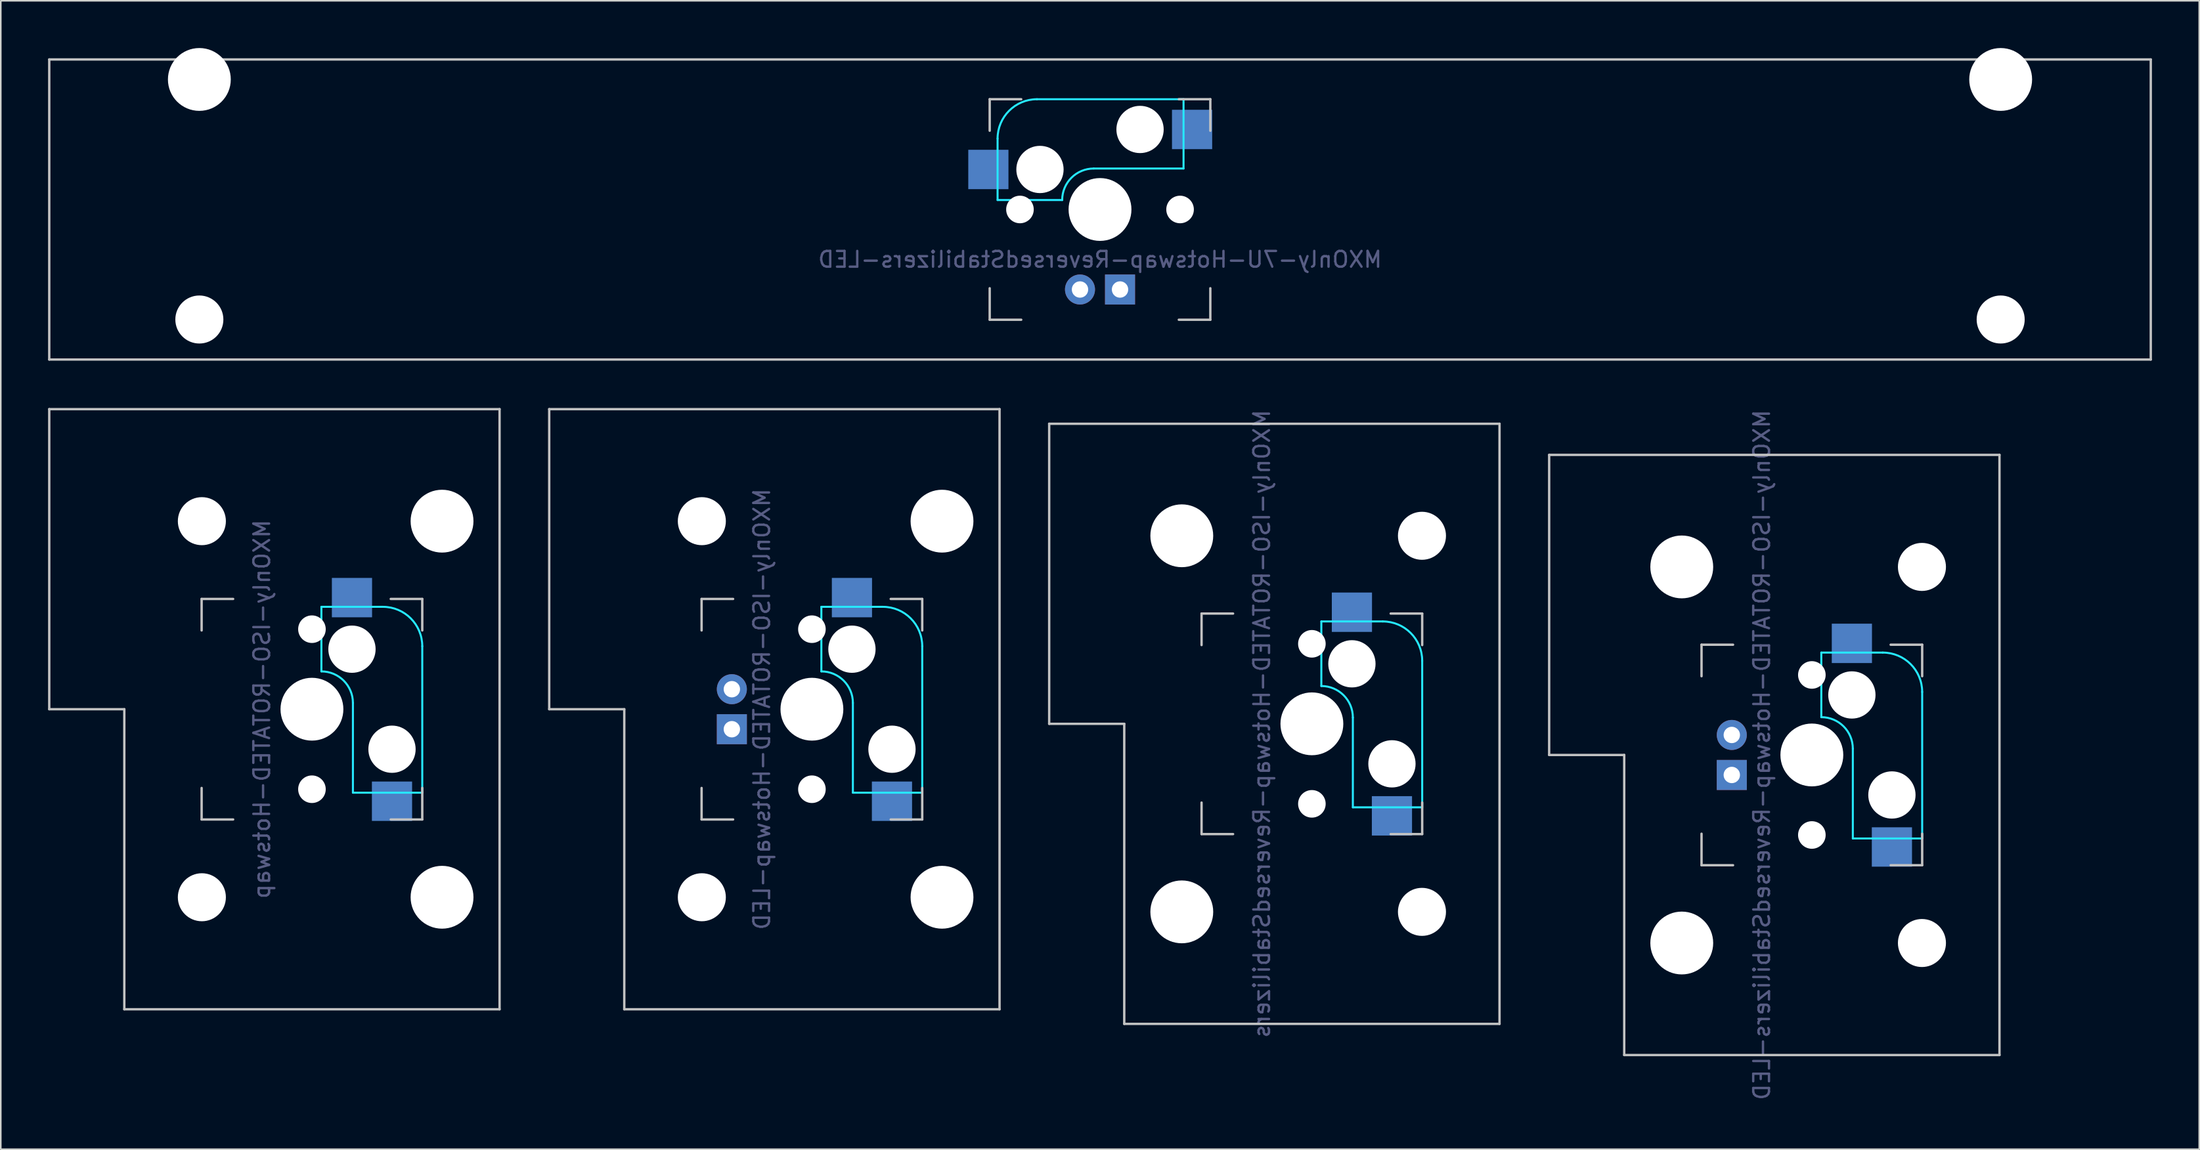
<source format=kicad_pcb>
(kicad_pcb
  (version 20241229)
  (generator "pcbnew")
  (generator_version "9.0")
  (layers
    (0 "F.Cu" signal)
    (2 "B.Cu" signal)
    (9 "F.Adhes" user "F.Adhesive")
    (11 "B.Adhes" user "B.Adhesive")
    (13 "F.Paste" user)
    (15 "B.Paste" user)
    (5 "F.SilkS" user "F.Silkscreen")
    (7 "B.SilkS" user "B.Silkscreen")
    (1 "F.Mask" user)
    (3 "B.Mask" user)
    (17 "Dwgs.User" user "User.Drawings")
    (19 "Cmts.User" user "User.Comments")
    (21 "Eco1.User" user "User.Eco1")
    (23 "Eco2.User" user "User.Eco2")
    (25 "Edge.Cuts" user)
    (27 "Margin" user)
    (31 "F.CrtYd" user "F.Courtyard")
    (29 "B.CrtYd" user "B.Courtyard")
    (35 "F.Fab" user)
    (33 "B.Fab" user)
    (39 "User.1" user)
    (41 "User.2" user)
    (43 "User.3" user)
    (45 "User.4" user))
  (footprint "MXOnly-7U-Hotswap-ReversedStabilizers-LED"
    (layer "F.Cu")
    (at 66.75 10.249)
    (property "Reference" "MXOnly-7U-Hotswap-ReversedStabilizers-LED" (at 0 3.175 0) (layer "B.Fab") (effects (font (size 1 1) (thickness 0.15)) (justify mirror)))
    (attr through_hole)
    (fp_line (start -66.675 -9.525) (end 66.675 -9.525) (stroke (width 0.15) (type solid)) (layer "Dwgs.User"))
    (fp_line (start -66.675 9.525) (end -66.675 -9.525) (stroke (width 0.15) (type solid)) (layer "Dwgs.User"))
    (fp_line (start -66.675 9.525) (end 66.675 9.525) (stroke (width 0.15) (type solid)) (layer "Dwgs.User"))
    (fp_line (start -7 -7) (end -7 -5) (stroke (width 0.15) (type solid)) (layer "Dwgs.User"))
    (fp_line (start -7 5) (end -7 7) (stroke (width 0.15) (type solid)) (layer "Dwgs.User"))
    (fp_line (start -7 7) (end -5 7) (stroke (width 0.15) (type solid)) (layer "Dwgs.User"))
    (fp_line (start -5 -7) (end -7 -7) (stroke (width 0.15) (type solid)) (layer "Dwgs.User"))
    (fp_line (start 5 -7) (end 7 -7) (stroke (width 0.15) (type solid)) (layer "Dwgs.User"))
    (fp_line (start 5 7) (end 7 7) (stroke (width 0.15) (type solid)) (layer "Dwgs.User"))
    (fp_line (start 7 -7) (end 7 -5) (stroke (width 0.15) (type solid)) (layer "Dwgs.User"))
    (fp_line (start 7 7) (end 7 5) (stroke (width 0.15) (type solid)) (layer "Dwgs.User"))
    (fp_line (start 66.675 -9.525) (end 66.675 9.525) (stroke (width 0.15) (type solid)) (layer "Dwgs.User"))
    (fp_line (start -6.5 -4.5) (end -6.5 -0.6) (stroke (width 0.127) (type solid)) (layer "B.CrtYd"))
    (fp_line (start -6.5 -0.6) (end -2.4 -0.6) (stroke (width 0.127) (type solid)) (layer "B.CrtYd"))
    (fp_line (start -0.4 -2.6) (end 5.3 -2.6) (stroke (width 0.127) (type solid)) (layer "B.CrtYd"))
    (fp_line (start 5.3 -7) (end -4 -7) (stroke (width 0.127) (type solid)) (layer "B.CrtYd"))
    (fp_line (start 5.3 -7) (end 5.3 -2.6) (stroke (width 0.127) (type solid)) (layer "B.CrtYd"))
    (fp_arc (start -6.5 -4.5) (mid -5.767767 -6.267767) (end -4 -7) (stroke (width 0.127) (type solid)) (layer "B.CrtYd"))
    (fp_arc (start -2.4 -0.6) (mid -1.814214 -2.014214) (end -0.4 -2.6) (stroke (width 0.127) (type solid)) (layer "B.CrtYd"))
    (pad "" np_thru_hole circle (at -57.15 -8.255 180) (size 3.988 3.988) (drill 3.988) (layers "*.Cu" "*.Mask"))
    (pad "" np_thru_hole circle (at -57.15 6.985 180) (size 3.048 3.048) (drill 3.048) (layers "*.Cu" "*.Mask"))
    (pad "" np_thru_hole circle (at -5.08 0 48.1) (size 1.75 1.75) (drill 1.75) (layers "*.Cu" "*.Mask"))
    (pad "" np_thru_hole circle (at -3.81 -2.54) (size 3 3) (drill 3) (layers "*.Cu" "*.Mask"))
    (pad "" np_thru_hole circle (at 0 0) (size 3.988 3.988) (drill 3.988) (layers "*.Cu" "*.Mask"))
    (pad "" np_thru_hole circle (at 2.54 -5.08) (size 3 3) (drill 3) (layers "*.Cu" "*.Mask"))
    (pad "" np_thru_hole circle (at 5.08 0 48.1) (size 1.75 1.75) (drill 1.75) (layers "*.Cu" "*.Mask"))
    (pad "" np_thru_hole circle (at 57.15 -8.255 180) (size 3.988 3.988) (drill 3.988) (layers "*.Cu" "*.Mask"))
    (pad "" np_thru_hole circle (at 57.15 6.985 180) (size 3.048 3.048) (drill 3.048) (layers "*.Cu" "*.Mask"))
    (pad "1" smd rect (at -7.085 -2.54) (size 2.55 2.5) (layers "B.Cu" "B.Mask" "B.Paste"))
    (pad "2" smd rect (at 5.842 -5.08) (size 2.55 2.5) (layers "B.Cu" "B.Mask" "B.Paste"))
    (pad "3" thru_hole circle (at -1.27 5.08) (size 1.905 1.905) (drill 1.04) (layers "*.Cu" "B.Mask"))
    (pad "4" thru_hole rect (at 1.27 5.08) (size 1.905 1.905) (drill 1.04) (layers "*.Cu" "B.Mask")))
  (footprint "MXOnly-ISO-ROTATED-Hotswap-ReversedStabilizers"
    (layer "F.Cu")
    (at 80.194 42.902)
    (property "Reference" "MXOnly-ISO-ROTATED-Hotswap-ReversedStabilizers" (at -3.175 0 90) (layer "B.Fab") (effects (font (size 1 1) (thickness 0.15)) (justify mirror)))
    (attr through_hole)
    (fp_line (start -16.669 -19.05) (end -16.669 0) (stroke (width 0.15) (type solid)) (layer "Dwgs.User"))
    (fp_line (start -16.669 -19.05) (end 11.906 -19.05) (stroke (width 0.15) (type solid)) (layer "Dwgs.User"))
    (fp_line (start -11.906 0) (end -16.669 0) (stroke (width 0.15) (type solid)) (layer "Dwgs.User"))
    (fp_line (start -11.906 19.05) (end -11.906 0) (stroke (width 0.15) (type solid)) (layer "Dwgs.User"))
    (fp_line (start -11.906 19.05) (end 11.906 19.05) (stroke (width 0.15) (type solid)) (layer "Dwgs.User"))
    (fp_line (start -7 -7) (end -7 -5) (stroke (width 0.15) (type solid)) (layer "Dwgs.User"))
    (fp_line (start -7 5) (end -7 7) (stroke (width 0.15) (type solid)) (layer "Dwgs.User"))
    (fp_line (start -7 7) (end -5 7) (stroke (width 0.15) (type solid)) (layer "Dwgs.User"))
    (fp_line (start -5 -7) (end -7 -7) (stroke (width 0.15) (type solid)) (layer "Dwgs.User"))
    (fp_line (start 5 -7) (end 7 -7) (stroke (width 0.15) (type solid)) (layer "Dwgs.User"))
    (fp_line (start 5 7) (end 7 7) (stroke (width 0.15) (type solid)) (layer "Dwgs.User"))
    (fp_line (start 7 -7) (end 7 -5) (stroke (width 0.15) (type solid)) (layer "Dwgs.User"))
    (fp_line (start 7 7) (end 7 5) (stroke (width 0.15) (type solid)) (layer "Dwgs.User"))
    (fp_line (start 11.906 -19.05) (end 11.906 19.05) (stroke (width 0.15) (type solid)) (layer "Dwgs.User"))
    (fp_line (start 0.6 -6.5) (end 0.6 -2.4) (stroke (width 0.127) (type solid)) (layer "B.CrtYd"))
    (fp_line (start 2.6 -0.4) (end 2.6 5.3) (stroke (width 0.127) (type solid)) (layer "B.CrtYd"))
    (fp_line (start 4.5 -6.5) (end 0.6 -6.5) (stroke (width 0.127) (type solid)) (layer "B.CrtYd"))
    (fp_line (start 7 5.3) (end 2.6 5.3) (stroke (width 0.127) (type solid)) (layer "B.CrtYd"))
    (fp_line (start 7 5.3) (end 7 -4) (stroke (width 0.127) (type solid)) (layer "B.CrtYd"))
    (fp_arc (start 0.6 -2.4) (mid 2.014214 -1.814214) (end 2.6 -0.4) (stroke (width 0.127) (type solid)) (layer "B.CrtYd"))
    (fp_arc (start 4.5 -6.5) (mid 6.267767 -5.767767) (end 7 -4) (stroke (width 0.127) (type solid)) (layer "B.CrtYd"))
    (pad "" np_thru_hole circle (at -8.255 -11.938) (size 3.988 3.988) (drill 3.988) (layers "*.Cu" "*.Mask"))
    (pad "" np_thru_hole circle (at -8.255 11.938) (size 3.988 3.988) (drill 3.988) (layers "*.Cu" "*.Mask"))
    (pad "" np_thru_hole circle (at 0 -5.08 48.1) (size 1.75 1.75) (drill 1.75) (layers "*.Cu" "*.Mask"))
    (pad "" np_thru_hole circle (at 0 0) (size 3.988 3.988) (drill 3.988) (layers "*.Cu" "*.Mask"))
    (pad "" np_thru_hole circle (at 0 5.08 48.1) (size 1.75 1.75) (drill 1.75) (layers "*.Cu" "*.Mask"))
    (pad "" np_thru_hole circle (at 2.54 -3.81 270) (size 3 3) (drill 3) (layers "*.Cu" "*.Mask"))
    (pad "" np_thru_hole circle (at 5.08 2.54 270) (size 3 3) (drill 3) (layers "*.Cu" "*.Mask"))
    (pad "" np_thru_hole circle (at 6.985 -11.938) (size 3.048 3.048) (drill 3.048) (layers "*.Cu" "*.Mask"))
    (pad "" np_thru_hole circle (at 6.985 11.938) (size 3.048 3.048) (drill 3.048) (layers "*.Cu" "*.Mask"))
    (pad "1" smd rect (at 2.54 -7.085 180) (size 2.55 2.5) (layers "B.Cu" "B.Mask" "B.Paste"))
    (pad "2" smd rect (at 5.08 5.842) (size 2.55 2.5) (layers "B.Cu" "B.Mask" "B.Paste")))
  (footprint "MXOnly-ISO-ROTATED-Hotswap-LED"
    (layer "F.Cu")
    (at 48.469 41.974)
    (property "Reference" "MXOnly-ISO-ROTATED-Hotswap-LED" (at -3.175 0 90) (layer "B.Fab") (effects (font (size 1 1) (thickness 0.15)) (justify mirror)))
    (attr through_hole)
    (fp_line (start -16.669 -19.05) (end -16.669 0) (stroke (width 0.15) (type solid)) (layer "Dwgs.User"))
    (fp_line (start -16.669 -19.05) (end 11.906 -19.05) (stroke (width 0.15) (type solid)) (layer "Dwgs.User"))
    (fp_line (start -11.906 0) (end -16.669 0) (stroke (width 0.15) (type solid)) (layer "Dwgs.User"))
    (fp_line (start -11.906 19.05) (end -11.906 0) (stroke (width 0.15) (type solid)) (layer "Dwgs.User"))
    (fp_line (start -11.906 19.05) (end 11.906 19.05) (stroke (width 0.15) (type solid)) (layer "Dwgs.User"))
    (fp_line (start -7 -7) (end -7 -5) (stroke (width 0.15) (type solid)) (layer "Dwgs.User"))
    (fp_line (start -7 5) (end -7 7) (stroke (width 0.15) (type solid)) (layer "Dwgs.User"))
    (fp_line (start -7 7) (end -5 7) (stroke (width 0.15) (type solid)) (layer "Dwgs.User"))
    (fp_line (start -5 -7) (end -7 -7) (stroke (width 0.15) (type solid)) (layer "Dwgs.User"))
    (fp_line (start 5 -7) (end 7 -7) (stroke (width 0.15) (type solid)) (layer "Dwgs.User"))
    (fp_line (start 5 7) (end 7 7) (stroke (width 0.15) (type solid)) (layer "Dwgs.User"))
    (fp_line (start 7 -7) (end 7 -5) (stroke (width 0.15) (type solid)) (layer "Dwgs.User"))
    (fp_line (start 7 7) (end 7 5) (stroke (width 0.15) (type solid)) (layer "Dwgs.User"))
    (fp_line (start 11.906 -19.05) (end 11.906 19.05) (stroke (width 0.15) (type solid)) (layer "Dwgs.User"))
    (fp_line (start 0.6 -6.5) (end 0.6 -2.4) (stroke (width 0.127) (type solid)) (layer "B.CrtYd"))
    (fp_line (start 2.6 -0.4) (end 2.6 5.3) (stroke (width 0.127) (type solid)) (layer "B.CrtYd"))
    (fp_line (start 4.5 -6.5) (end 0.6 -6.5) (stroke (width 0.127) (type solid)) (layer "B.CrtYd"))
    (fp_line (start 7 5.3) (end 2.6 5.3) (stroke (width 0.127) (type solid)) (layer "B.CrtYd"))
    (fp_line (start 7 5.3) (end 7 -4) (stroke (width 0.127) (type solid)) (layer "B.CrtYd"))
    (fp_arc (start 0.6 -2.4) (mid 2.014214 -1.814214) (end 2.6 -0.4) (stroke (width 0.127) (type solid)) (layer "B.CrtYd"))
    (fp_arc (start 4.5 -6.5) (mid 6.267767 -5.767767) (end 7 -4) (stroke (width 0.127) (type solid)) (layer "B.CrtYd"))
    (pad "" np_thru_hole circle (at -6.985 -11.938) (size 3.048 3.048) (drill 3.048) (layers "*.Cu" "*.Mask"))
    (pad "" np_thru_hole circle (at -6.985 11.938) (size 3.048 3.048) (drill 3.048) (layers "*.Cu" "*.Mask"))
    (pad "" np_thru_hole circle (at 0 -5.08 48.1) (size 1.75 1.75) (drill 1.75) (layers "*.Cu" "*.Mask"))
    (pad "" np_thru_hole circle (at 0 0) (size 3.988 3.988) (drill 3.988) (layers "*.Cu" "*.Mask"))
    (pad "" np_thru_hole circle (at 0 5.08 48.1) (size 1.75 1.75) (drill 1.75) (layers "*.Cu" "*.Mask"))
    (pad "" np_thru_hole circle (at 2.54 -3.81 270) (size 3 3) (drill 3) (layers "*.Cu" "*.Mask"))
    (pad "" np_thru_hole circle (at 5.08 2.54 270) (size 3 3) (drill 3) (layers "*.Cu" "*.Mask"))
    (pad "" np_thru_hole circle (at 8.255 -11.938) (size 3.988 3.988) (drill 3.988) (layers "*.Cu" "*.Mask"))
    (pad "" np_thru_hole circle (at 8.255 11.938) (size 3.988 3.988) (drill 3.988) (layers "*.Cu" "*.Mask"))
    (pad "1" smd rect (at 2.54 -7.085 180) (size 2.55 2.5) (layers "B.Cu" "B.Mask" "B.Paste"))
    (pad "2" smd rect (at 5.08 5.842) (size 2.55 2.5) (layers "B.Cu" "B.Mask" "B.Paste"))
    (pad "3" thru_hole circle (at -5.08 -1.27) (size 1.905 1.905) (drill 1.04) (layers "*.Cu" "B.Mask"))
    (pad "4" thru_hole rect (at -5.08 1.27) (size 1.905 1.905) (drill 1.04) (layers "*.Cu" "B.Mask")))
  (footprint "MXOnly-ISO-ROTATED-Hotswap-ReversedStabilizers-LED"
    (layer "F.Cu")
    (at 111.919 44.879)
    (property "Reference" "MXOnly-ISO-ROTATED-Hotswap-ReversedStabilizers-LED" (at -3.175 0 90) (layer "B.Fab") (effects (font (size 1 1) (thickness 0.15)) (justify mirror)))
    (attr through_hole)
    (fp_line (start -16.669 -19.05) (end -16.669 0) (stroke (width 0.15) (type solid)) (layer "Dwgs.User"))
    (fp_line (start -16.669 -19.05) (end 11.906 -19.05) (stroke (width 0.15) (type solid)) (layer "Dwgs.User"))
    (fp_line (start -11.906 0) (end -16.669 0) (stroke (width 0.15) (type solid)) (layer "Dwgs.User"))
    (fp_line (start -11.906 19.05) (end -11.906 0) (stroke (width 0.15) (type solid)) (layer "Dwgs.User"))
    (fp_line (start -11.906 19.05) (end 11.906 19.05) (stroke (width 0.15) (type solid)) (layer "Dwgs.User"))
    (fp_line (start -7 -7) (end -7 -5) (stroke (width 0.15) (type solid)) (layer "Dwgs.User"))
    (fp_line (start -7 5) (end -7 7) (stroke (width 0.15) (type solid)) (layer "Dwgs.User"))
    (fp_line (start -7 7) (end -5 7) (stroke (width 0.15) (type solid)) (layer "Dwgs.User"))
    (fp_line (start -5 -7) (end -7 -7) (stroke (width 0.15) (type solid)) (layer "Dwgs.User"))
    (fp_line (start 5 -7) (end 7 -7) (stroke (width 0.15) (type solid)) (layer "Dwgs.User"))
    (fp_line (start 5 7) (end 7 7) (stroke (width 0.15) (type solid)) (layer "Dwgs.User"))
    (fp_line (start 7 -7) (end 7 -5) (stroke (width 0.15) (type solid)) (layer "Dwgs.User"))
    (fp_line (start 7 7) (end 7 5) (stroke (width 0.15) (type solid)) (layer "Dwgs.User"))
    (fp_line (start 11.906 -19.05) (end 11.906 19.05) (stroke (width 0.15) (type solid)) (layer "Dwgs.User"))
    (fp_line (start 0.6 -6.5) (end 0.6 -2.4) (stroke (width 0.127) (type solid)) (layer "B.CrtYd"))
    (fp_line (start 2.6 -0.4) (end 2.6 5.3) (stroke (width 0.127) (type solid)) (layer "B.CrtYd"))
    (fp_line (start 4.5 -6.5) (end 0.6 -6.5) (stroke (width 0.127) (type solid)) (layer "B.CrtYd"))
    (fp_line (start 7 5.3) (end 2.6 5.3) (stroke (width 0.127) (type solid)) (layer "B.CrtYd"))
    (fp_line (start 7 5.3) (end 7 -4) (stroke (width 0.127) (type solid)) (layer "B.CrtYd"))
    (fp_arc (start 0.6 -2.4) (mid 2.014214 -1.814214) (end 2.6 -0.4) (stroke (width 0.127) (type solid)) (layer "B.CrtYd"))
    (fp_arc (start 4.5 -6.5) (mid 6.267767 -5.767767) (end 7 -4) (stroke (width 0.127) (type solid)) (layer "B.CrtYd"))
    (pad "" np_thru_hole circle (at -8.255 -11.938) (size 3.988 3.988) (drill 3.988) (layers "*.Cu" "*.Mask"))
    (pad "" np_thru_hole circle (at -8.255 11.938) (size 3.988 3.988) (drill 3.988) (layers "*.Cu" "*.Mask"))
    (pad "" np_thru_hole circle (at 0 -5.08 48.1) (size 1.75 1.75) (drill 1.75) (layers "*.Cu" "*.Mask"))
    (pad "" np_thru_hole circle (at 0 0) (size 3.988 3.988) (drill 3.988) (layers "*.Cu" "*.Mask"))
    (pad "" np_thru_hole circle (at 0 5.08 48.1) (size 1.75 1.75) (drill 1.75) (layers "*.Cu" "*.Mask"))
    (pad "" np_thru_hole circle (at 2.54 -3.81 270) (size 3 3) (drill 3) (layers "*.Cu" "*.Mask"))
    (pad "" np_thru_hole circle (at 5.08 2.54 270) (size 3 3) (drill 3) (layers "*.Cu" "*.Mask"))
    (pad "" np_thru_hole circle (at 6.985 -11.938) (size 3.048 3.048) (drill 3.048) (layers "*.Cu" "*.Mask"))
    (pad "" np_thru_hole circle (at 6.985 11.938) (size 3.048 3.048) (drill 3.048) (layers "*.Cu" "*.Mask"))
    (pad "1" smd rect (at 2.54 -7.085) (size 2.55 2.5) (layers "B.Cu" "B.Mask" "B.Paste"))
    (pad "2" smd rect (at 5.08 5.842) (size 2.55 2.5) (layers "B.Cu" "B.Mask" "B.Paste"))
    (pad "3" thru_hole circle (at -5.08 -1.27) (size 1.905 1.905) (drill 1.04) (layers "*.Cu" "B.Mask"))
    (pad "4" thru_hole rect (at -5.08 1.27) (size 1.905 1.905) (drill 1.04) (layers "*.Cu" "B.Mask")))
  (footprint "MXOnly-ISO-ROTATED-Hotswap"
    (layer "F.Cu")
    (at 16.744 41.974)
    (property "Reference" "MXOnly-ISO-ROTATED-Hotswap" (at -3.175 0 270) (layer "B.Fab") (effects (font (size 1 1) (thickness 0.15)) (justify mirror)))
    (attr through_hole)
    (fp_line (start -16.669 -19.05) (end -16.669 0) (stroke (width 0.15) (type solid)) (layer "Dwgs.User"))
    (fp_line (start -16.669 -19.05) (end 11.906 -19.05) (stroke (width 0.15) (type solid)) (layer "Dwgs.User"))
    (fp_line (start -11.906 0) (end -16.669 0) (stroke (width 0.15) (type solid)) (layer "Dwgs.User"))
    (fp_line (start -11.906 19.05) (end -11.906 0) (stroke (width 0.15) (type solid)) (layer "Dwgs.User"))
    (fp_line (start -11.906 19.05) (end 11.906 19.05) (stroke (width 0.15) (type solid)) (layer "Dwgs.User"))
    (fp_line (start -7 -7) (end -7 -5) (stroke (width 0.15) (type solid)) (layer "Dwgs.User"))
    (fp_line (start -7 5) (end -7 7) (stroke (width 0.15) (type solid)) (layer "Dwgs.User"))
    (fp_line (start -7 7) (end -5 7) (stroke (width 0.15) (type solid)) (layer "Dwgs.User"))
    (fp_line (start -5 -7) (end -7 -7) (stroke (width 0.15) (type solid)) (layer "Dwgs.User"))
    (fp_line (start 5 -7) (end 7 -7) (stroke (width 0.15) (type solid)) (layer "Dwgs.User"))
    (fp_line (start 5 7) (end 7 7) (stroke (width 0.15) (type solid)) (layer "Dwgs.User"))
    (fp_line (start 7 -7) (end 7 -5) (stroke (width 0.15) (type solid)) (layer "Dwgs.User"))
    (fp_line (start 7 7) (end 7 5) (stroke (width 0.15) (type solid)) (layer "Dwgs.User"))
    (fp_line (start 11.906 -19.05) (end 11.906 19.05) (stroke (width 0.15) (type solid)) (layer "Dwgs.User"))
    (fp_line (start 0.6 -6.5) (end 0.6 -2.4) (stroke (width 0.127) (type solid)) (layer "B.CrtYd"))
    (fp_line (start 2.6 -0.4) (end 2.6 5.3) (stroke (width 0.127) (type solid)) (layer "B.CrtYd"))
    (fp_line (start 4.5 -6.5) (end 0.6 -6.5) (stroke (width 0.127) (type solid)) (layer "B.CrtYd"))
    (fp_line (start 7 5.3) (end 2.6 5.3) (stroke (width 0.127) (type solid)) (layer "B.CrtYd"))
    (fp_line (start 7 5.3) (end 7 -4) (stroke (width 0.127) (type solid)) (layer "B.CrtYd"))
    (fp_arc (start 0.6 -2.4) (mid 2.014214 -1.814214) (end 2.6 -0.4) (stroke (width 0.127) (type solid)) (layer "B.CrtYd"))
    (fp_arc (start 4.5 -6.5) (mid 6.267767 -5.767767) (end 7 -4) (stroke (width 0.127) (type solid)) (layer "B.CrtYd"))
    (pad "" np_thru_hole circle (at -6.985 -11.938) (size 3.048 3.048) (drill 3.048) (layers "*.Cu" "*.Mask"))
    (pad "" np_thru_hole circle (at -6.985 11.938) (size 3.048 3.048) (drill 3.048) (layers "*.Cu" "*.Mask"))
    (pad "" np_thru_hole circle (at 0 -5.08 48.1) (size 1.75 1.75) (drill 1.75) (layers "*.Cu" "*.Mask"))
    (pad "" np_thru_hole circle (at 0 0) (size 3.988 3.988) (drill 3.988) (layers "*.Cu" "*.Mask"))
    (pad "" np_thru_hole circle (at 0 5.08 48.1) (size 1.75 1.75) (drill 1.75) (layers "*.Cu" "*.Mask"))
    (pad "" np_thru_hole circle (at 2.54 -3.81 270) (size 3 3) (drill 3) (layers "*.Cu" "*.Mask"))
    (pad "" np_thru_hole circle (at 5.08 2.54 270) (size 3 3) (drill 3) (layers "*.Cu" "*.Mask"))
    (pad "" np_thru_hole circle (at 8.255 -11.938) (size 3.988 3.988) (drill 3.988) (layers "*.Cu" "*.Mask"))
    (pad "" np_thru_hole circle (at 8.255 11.938) (size 3.988 3.988) (drill 3.988) (layers "*.Cu" "*.Mask"))
    (pad "1" smd rect (at 2.54 -7.085 180) (size 2.55 2.5) (layers "B.Cu" "B.Mask" "B.Paste"))
    (pad "2" smd rect (at 5.08 5.842) (size 2.55 2.5) (layers "B.Cu" "B.Mask" "B.Paste")))
  (gr_rect
    (start -3 -3)
    (end 136.5 69.908)
    (stroke (width 0.1) (type default))
    (fill no)
    (layer "Edge.Cuts")))
</source>
